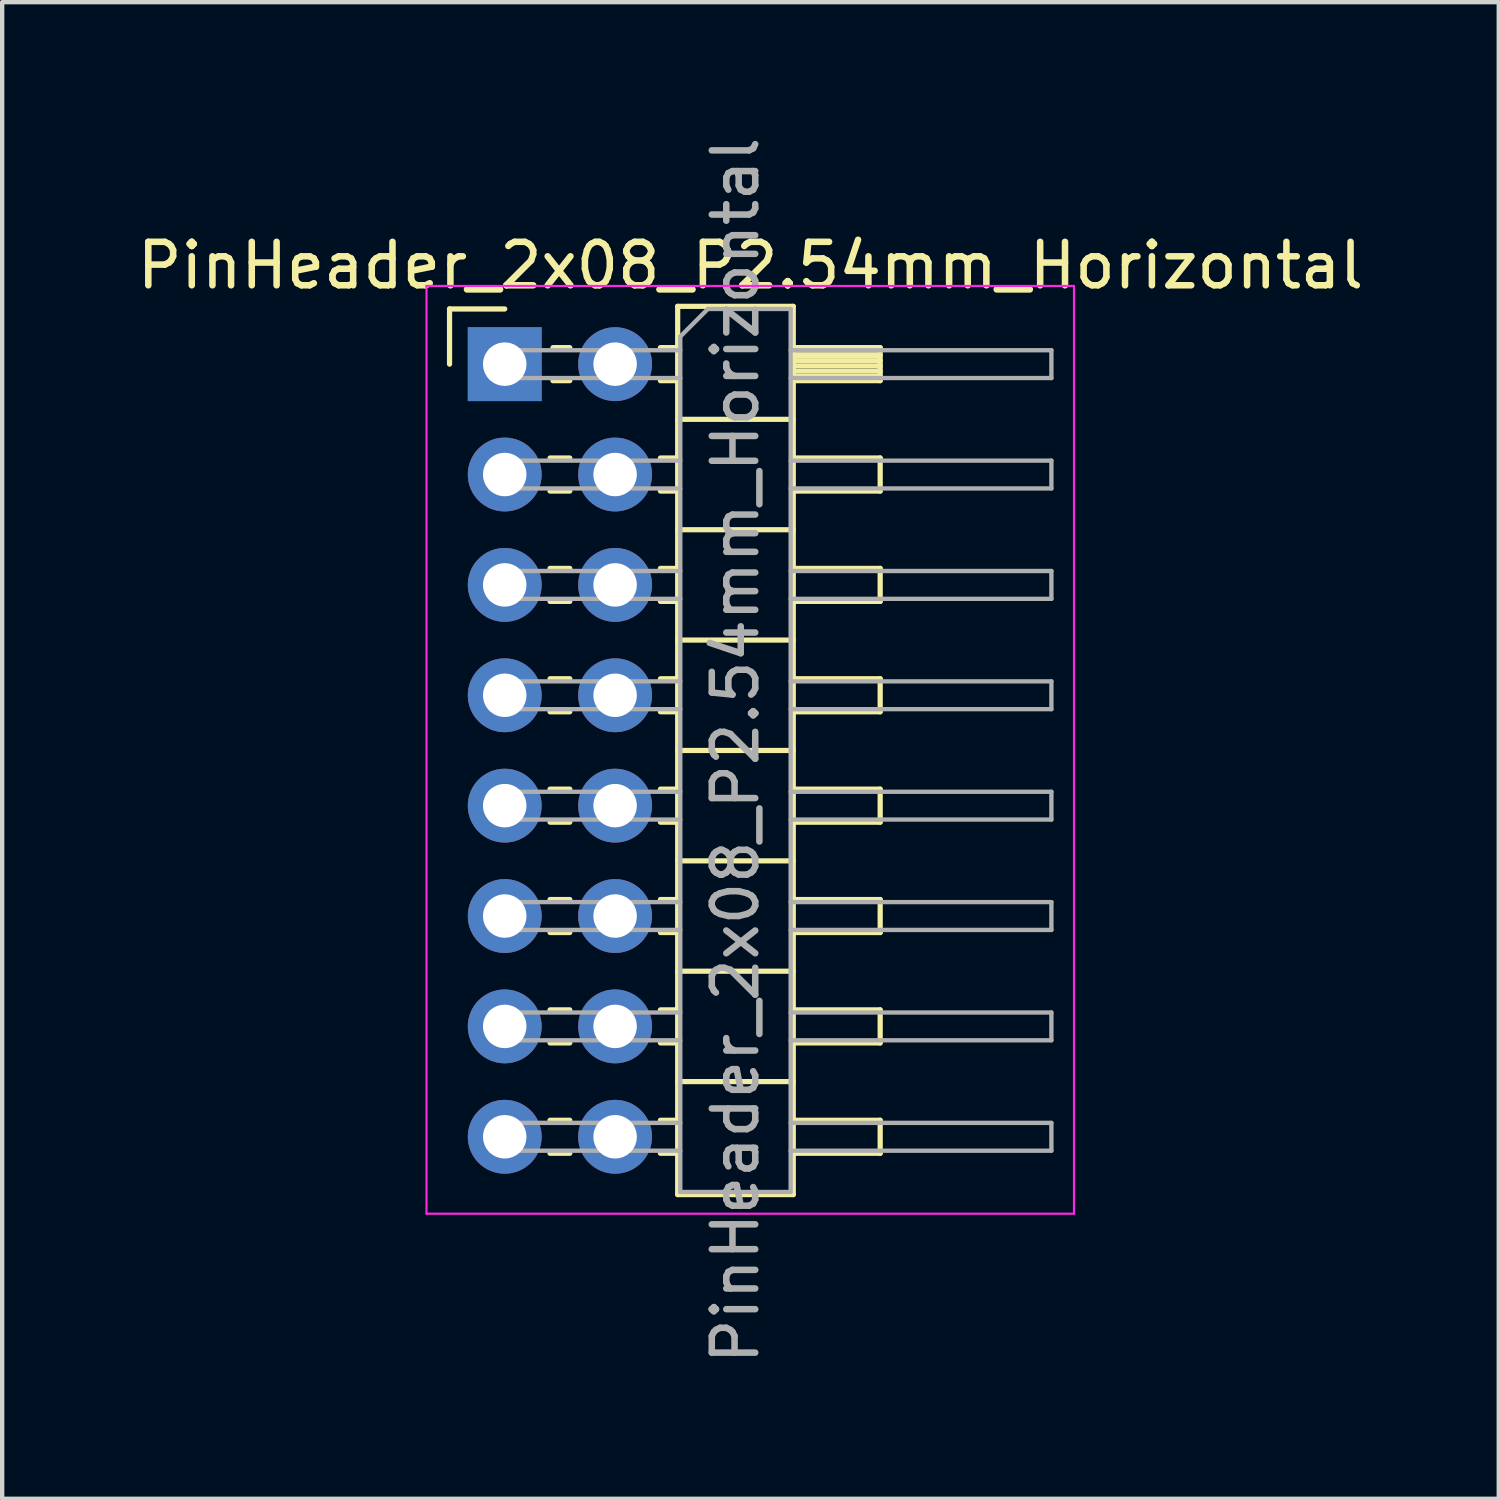
<source format=kicad_pcb>
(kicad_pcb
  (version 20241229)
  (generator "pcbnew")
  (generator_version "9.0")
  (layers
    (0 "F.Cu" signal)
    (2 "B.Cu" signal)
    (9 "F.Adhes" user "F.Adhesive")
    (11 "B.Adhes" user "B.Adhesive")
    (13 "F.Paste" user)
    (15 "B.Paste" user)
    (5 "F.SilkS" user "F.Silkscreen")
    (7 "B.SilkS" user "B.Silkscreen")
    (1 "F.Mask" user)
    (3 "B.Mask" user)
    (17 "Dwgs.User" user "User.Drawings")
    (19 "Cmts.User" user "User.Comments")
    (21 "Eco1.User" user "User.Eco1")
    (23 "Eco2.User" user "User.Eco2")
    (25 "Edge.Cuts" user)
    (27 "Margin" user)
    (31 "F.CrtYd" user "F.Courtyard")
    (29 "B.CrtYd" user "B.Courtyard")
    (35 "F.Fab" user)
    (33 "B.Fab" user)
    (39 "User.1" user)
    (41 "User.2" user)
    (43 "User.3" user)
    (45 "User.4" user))
  (footprint "PinHeader_2x08_P2.54mm_Horizontal"
    (layer "F.Cu")
    (at 8.565 5.33)
    (property "Reference" "PinHeader_2x08_P2.54mm_Horizontal" (at 5.655 -2.27 0) (layer "F.SilkS") (effects (font (size 1 1) (thickness 0.15))))
    (attr through_hole)
    (fp_line (start -1.27 -1.27) (end 0 -1.27) (stroke (width 0.12) (type solid)) (layer "F.SilkS"))
    (fp_line (start -1.27 0) (end -1.27 -1.27) (stroke (width 0.12) (type solid)) (layer "F.SilkS"))
    (fp_line (start 1.043 2.16) (end 1.497 2.16) (stroke (width 0.12) (type solid)) (layer "F.SilkS"))
    (fp_line (start 1.043 2.92) (end 1.497 2.92) (stroke (width 0.12) (type solid)) (layer "F.SilkS"))
    (fp_line (start 1.043 4.7) (end 1.497 4.7) (stroke (width 0.12) (type solid)) (layer "F.SilkS"))
    (fp_line (start 1.043 5.46) (end 1.497 5.46) (stroke (width 0.12) (type solid)) (layer "F.SilkS"))
    (fp_line (start 1.043 7.24) (end 1.497 7.24) (stroke (width 0.12) (type solid)) (layer "F.SilkS"))
    (fp_line (start 1.043 8) (end 1.497 8) (stroke (width 0.12) (type solid)) (layer "F.SilkS"))
    (fp_line (start 1.043 9.78) (end 1.497 9.78) (stroke (width 0.12) (type solid)) (layer "F.SilkS"))
    (fp_line (start 1.043 10.54) (end 1.497 10.54) (stroke (width 0.12) (type solid)) (layer "F.SilkS"))
    (fp_line (start 1.043 12.32) (end 1.497 12.32) (stroke (width 0.12) (type solid)) (layer "F.SilkS"))
    (fp_line (start 1.043 13.08) (end 1.497 13.08) (stroke (width 0.12) (type solid)) (layer "F.SilkS"))
    (fp_line (start 1.043 14.86) (end 1.497 14.86) (stroke (width 0.12) (type solid)) (layer "F.SilkS"))
    (fp_line (start 1.043 15.62) (end 1.497 15.62) (stroke (width 0.12) (type solid)) (layer "F.SilkS"))
    (fp_line (start 1.043 17.4) (end 1.497 17.4) (stroke (width 0.12) (type solid)) (layer "F.SilkS"))
    (fp_line (start 1.043 18.16) (end 1.497 18.16) (stroke (width 0.12) (type solid)) (layer "F.SilkS"))
    (fp_line (start 1.11 -0.38) (end 1.497 -0.38) (stroke (width 0.12) (type solid)) (layer "F.SilkS"))
    (fp_line (start 1.11 0.38) (end 1.497 0.38) (stroke (width 0.12) (type solid)) (layer "F.SilkS"))
    (fp_line (start 3.583 -0.38) (end 3.98 -0.38) (stroke (width 0.12) (type solid)) (layer "F.SilkS"))
    (fp_line (start 3.583 0.38) (end 3.98 0.38) (stroke (width 0.12) (type solid)) (layer "F.SilkS"))
    (fp_line (start 3.583 2.16) (end 3.98 2.16) (stroke (width 0.12) (type solid)) (layer "F.SilkS"))
    (fp_line (start 3.583 2.92) (end 3.98 2.92) (stroke (width 0.12) (type solid)) (layer "F.SilkS"))
    (fp_line (start 3.583 4.7) (end 3.98 4.7) (stroke (width 0.12) (type solid)) (layer "F.SilkS"))
    (fp_line (start 3.583 5.46) (end 3.98 5.46) (stroke (width 0.12) (type solid)) (layer "F.SilkS"))
    (fp_line (start 3.583 7.24) (end 3.98 7.24) (stroke (width 0.12) (type solid)) (layer "F.SilkS"))
    (fp_line (start 3.583 8) (end 3.98 8) (stroke (width 0.12) (type solid)) (layer "F.SilkS"))
    (fp_line (start 3.583 9.78) (end 3.98 9.78) (stroke (width 0.12) (type solid)) (layer "F.SilkS"))
    (fp_line (start 3.583 10.54) (end 3.98 10.54) (stroke (width 0.12) (type solid)) (layer "F.SilkS"))
    (fp_line (start 3.583 12.32) (end 3.98 12.32) (stroke (width 0.12) (type solid)) (layer "F.SilkS"))
    (fp_line (start 3.583 13.08) (end 3.98 13.08) (stroke (width 0.12) (type solid)) (layer "F.SilkS"))
    (fp_line (start 3.583 14.86) (end 3.98 14.86) (stroke (width 0.12) (type solid)) (layer "F.SilkS"))
    (fp_line (start 3.583 15.62) (end 3.98 15.62) (stroke (width 0.12) (type solid)) (layer "F.SilkS"))
    (fp_line (start 3.583 17.4) (end 3.98 17.4) (stroke (width 0.12) (type solid)) (layer "F.SilkS"))
    (fp_line (start 3.583 18.16) (end 3.98 18.16) (stroke (width 0.12) (type solid)) (layer "F.SilkS"))
    (fp_line (start 3.98 -1.33) (end 3.98 19.11) (stroke (width 0.12) (type solid)) (layer "F.SilkS"))
    (fp_line (start 3.98 1.27) (end 6.64 1.27) (stroke (width 0.12) (type solid)) (layer "F.SilkS"))
    (fp_line (start 3.98 3.81) (end 6.64 3.81) (stroke (width 0.12) (type solid)) (layer "F.SilkS"))
    (fp_line (start 3.98 6.35) (end 6.64 6.35) (stroke (width 0.12) (type solid)) (layer "F.SilkS"))
    (fp_line (start 3.98 8.89) (end 6.64 8.89) (stroke (width 0.12) (type solid)) (layer "F.SilkS"))
    (fp_line (start 3.98 11.43) (end 6.64 11.43) (stroke (width 0.12) (type solid)) (layer "F.SilkS"))
    (fp_line (start 3.98 13.97) (end 6.64 13.97) (stroke (width 0.12) (type solid)) (layer "F.SilkS"))
    (fp_line (start 3.98 16.51) (end 6.64 16.51) (stroke (width 0.12) (type solid)) (layer "F.SilkS"))
    (fp_line (start 3.98 19.11) (end 6.64 19.11) (stroke (width 0.12) (type solid)) (layer "F.SilkS"))
    (fp_line (start 6.64 -1.33) (end 3.98 -1.33) (stroke (width 0.12) (type solid)) (layer "F.SilkS"))
    (fp_line (start 6.64 -0.38) (end 8.64 -0.38) (stroke (width 0.12) (type solid)) (layer "F.SilkS"))
    (fp_line (start 6.64 -0.32) (end 8.64 -0.32) (stroke (width 0.12) (type solid)) (layer "F.SilkS"))
    (fp_line (start 6.64 -0.2) (end 8.64 -0.2) (stroke (width 0.12) (type solid)) (layer "F.SilkS"))
    (fp_line (start 6.64 -0.08) (end 8.64 -0.08) (stroke (width 0.12) (type solid)) (layer "F.SilkS"))
    (fp_line (start 6.64 0.04) (end 8.64 0.04) (stroke (width 0.12) (type solid)) (layer "F.SilkS"))
    (fp_line (start 6.64 0.16) (end 8.64 0.16) (stroke (width 0.12) (type solid)) (layer "F.SilkS"))
    (fp_line (start 6.64 0.28) (end 8.64 0.28) (stroke (width 0.12) (type solid)) (layer "F.SilkS"))
    (fp_line (start 6.64 2.16) (end 8.64 2.16) (stroke (width 0.12) (type solid)) (layer "F.SilkS"))
    (fp_line (start 6.64 4.7) (end 8.64 4.7) (stroke (width 0.12) (type solid)) (layer "F.SilkS"))
    (fp_line (start 6.64 7.24) (end 8.64 7.24) (stroke (width 0.12) (type solid)) (layer "F.SilkS"))
    (fp_line (start 6.64 9.78) (end 8.64 9.78) (stroke (width 0.12) (type solid)) (layer "F.SilkS"))
    (fp_line (start 6.64 12.32) (end 8.64 12.32) (stroke (width 0.12) (type solid)) (layer "F.SilkS"))
    (fp_line (start 6.64 14.86) (end 8.64 14.86) (stroke (width 0.12) (type solid)) (layer "F.SilkS"))
    (fp_line (start 6.64 17.4) (end 8.64 17.4) (stroke (width 0.12) (type solid)) (layer "F.SilkS"))
    (fp_line (start 6.64 19.11) (end 6.64 -1.33) (stroke (width 0.12) (type solid)) (layer "F.SilkS"))
    (fp_line (start 8.64 -0.38) (end 8.64 0.38) (stroke (width 0.12) (type solid)) (layer "F.SilkS"))
    (fp_line (start 8.64 0.38) (end 6.64 0.38) (stroke (width 0.12) (type solid)) (layer "F.SilkS"))
    (fp_line (start 8.64 2.16) (end 8.64 2.92) (stroke (width 0.12) (type solid)) (layer "F.SilkS"))
    (fp_line (start 8.64 2.92) (end 6.64 2.92) (stroke (width 0.12) (type solid)) (layer "F.SilkS"))
    (fp_line (start 8.64 4.7) (end 8.64 5.46) (stroke (width 0.12) (type solid)) (layer "F.SilkS"))
    (fp_line (start 8.64 5.46) (end 6.64 5.46) (stroke (width 0.12) (type solid)) (layer "F.SilkS"))
    (fp_line (start 8.64 7.24) (end 8.64 8) (stroke (width 0.12) (type solid)) (layer "F.SilkS"))
    (fp_line (start 8.64 8) (end 6.64 8) (stroke (width 0.12) (type solid)) (layer "F.SilkS"))
    (fp_line (start 8.64 9.78) (end 8.64 10.54) (stroke (width 0.12) (type solid)) (layer "F.SilkS"))
    (fp_line (start 8.64 10.54) (end 6.64 10.54) (stroke (width 0.12) (type solid)) (layer "F.SilkS"))
    (fp_line (start 8.64 12.32) (end 8.64 13.08) (stroke (width 0.12) (type solid)) (layer "F.SilkS"))
    (fp_line (start 8.64 13.08) (end 6.64 13.08) (stroke (width 0.12) (type solid)) (layer "F.SilkS"))
    (fp_line (start 8.64 14.86) (end 8.64 15.62) (stroke (width 0.12) (type solid)) (layer "F.SilkS"))
    (fp_line (start 8.64 15.62) (end 6.64 15.62) (stroke (width 0.12) (type solid)) (layer "F.SilkS"))
    (fp_line (start 8.64 17.4) (end 8.64 18.16) (stroke (width 0.12) (type solid)) (layer "F.SilkS"))
    (fp_line (start 8.64 18.16) (end 6.64 18.16) (stroke (width 0.12) (type solid)) (layer "F.SilkS"))
    (fp_line (start -1.8 -1.8) (end -1.8 19.55) (stroke (width 0.05) (type solid)) (layer "F.CrtYd"))
    (fp_line (start -1.8 19.55) (end 13.1 19.55) (stroke (width 0.05) (type solid)) (layer "F.CrtYd"))
    (fp_line (start 13.1 -1.8) (end -1.8 -1.8) (stroke (width 0.05) (type solid)) (layer "F.CrtYd"))
    (fp_line (start 13.1 19.55) (end 13.1 -1.8) (stroke (width 0.05) (type solid)) (layer "F.CrtYd"))
    (fp_line (start -0.32 -0.32) (end -0.32 0.32) (stroke (width 0.1) (type solid)) (layer "F.Fab"))
    (fp_line (start -0.32 -0.32) (end 4.04 -0.32) (stroke (width 0.1) (type solid)) (layer "F.Fab"))
    (fp_line (start -0.32 0.32) (end 4.04 0.32) (stroke (width 0.1) (type solid)) (layer "F.Fab"))
    (fp_line (start -0.32 2.22) (end -0.32 2.86) (stroke (width 0.1) (type solid)) (layer "F.Fab"))
    (fp_line (start -0.32 2.22) (end 4.04 2.22) (stroke (width 0.1) (type solid)) (layer "F.Fab"))
    (fp_line (start -0.32 2.86) (end 4.04 2.86) (stroke (width 0.1) (type solid)) (layer "F.Fab"))
    (fp_line (start -0.32 4.76) (end -0.32 5.4) (stroke (width 0.1) (type solid)) (layer "F.Fab"))
    (fp_line (start -0.32 4.76) (end 4.04 4.76) (stroke (width 0.1) (type solid)) (layer "F.Fab"))
    (fp_line (start -0.32 5.4) (end 4.04 5.4) (stroke (width 0.1) (type solid)) (layer "F.Fab"))
    (fp_line (start -0.32 7.3) (end -0.32 7.94) (stroke (width 0.1) (type solid)) (layer "F.Fab"))
    (fp_line (start -0.32 7.3) (end 4.04 7.3) (stroke (width 0.1) (type solid)) (layer "F.Fab"))
    (fp_line (start -0.32 7.94) (end 4.04 7.94) (stroke (width 0.1) (type solid)) (layer "F.Fab"))
    (fp_line (start -0.32 9.84) (end -0.32 10.48) (stroke (width 0.1) (type solid)) (layer "F.Fab"))
    (fp_line (start -0.32 9.84) (end 4.04 9.84) (stroke (width 0.1) (type solid)) (layer "F.Fab"))
    (fp_line (start -0.32 10.48) (end 4.04 10.48) (stroke (width 0.1) (type solid)) (layer "F.Fab"))
    (fp_line (start -0.32 12.38) (end -0.32 13.02) (stroke (width 0.1) (type solid)) (layer "F.Fab"))
    (fp_line (start -0.32 12.38) (end 4.04 12.38) (stroke (width 0.1) (type solid)) (layer "F.Fab"))
    (fp_line (start -0.32 13.02) (end 4.04 13.02) (stroke (width 0.1) (type solid)) (layer "F.Fab"))
    (fp_line (start -0.32 14.92) (end -0.32 15.56) (stroke (width 0.1) (type solid)) (layer "F.Fab"))
    (fp_line (start -0.32 14.92) (end 4.04 14.92) (stroke (width 0.1) (type solid)) (layer "F.Fab"))
    (fp_line (start -0.32 15.56) (end 4.04 15.56) (stroke (width 0.1) (type solid)) (layer "F.Fab"))
    (fp_line (start -0.32 17.46) (end -0.32 18.1) (stroke (width 0.1) (type solid)) (layer "F.Fab"))
    (fp_line (start -0.32 17.46) (end 4.04 17.46) (stroke (width 0.1) (type solid)) (layer "F.Fab"))
    (fp_line (start -0.32 18.1) (end 4.04 18.1) (stroke (width 0.1) (type solid)) (layer "F.Fab"))
    (fp_line (start 4.04 -0.635) (end 4.675 -1.27) (stroke (width 0.1) (type solid)) (layer "F.Fab"))
    (fp_line (start 4.04 19.05) (end 4.04 -0.635) (stroke (width 0.1) (type solid)) (layer "F.Fab"))
    (fp_line (start 4.675 -1.27) (end 6.58 -1.27) (stroke (width 0.1) (type solid)) (layer "F.Fab"))
    (fp_line (start 6.58 -1.27) (end 6.58 19.05) (stroke (width 0.1) (type solid)) (layer "F.Fab"))
    (fp_line (start 6.58 -0.32) (end 12.58 -0.32) (stroke (width 0.1) (type solid)) (layer "F.Fab"))
    (fp_line (start 6.58 0.32) (end 12.58 0.32) (stroke (width 0.1) (type solid)) (layer "F.Fab"))
    (fp_line (start 6.58 2.22) (end 12.58 2.22) (stroke (width 0.1) (type solid)) (layer "F.Fab"))
    (fp_line (start 6.58 2.86) (end 12.58 2.86) (stroke (width 0.1) (type solid)) (layer "F.Fab"))
    (fp_line (start 6.58 4.76) (end 12.58 4.76) (stroke (width 0.1) (type solid)) (layer "F.Fab"))
    (fp_line (start 6.58 5.4) (end 12.58 5.4) (stroke (width 0.1) (type solid)) (layer "F.Fab"))
    (fp_line (start 6.58 7.3) (end 12.58 7.3) (stroke (width 0.1) (type solid)) (layer "F.Fab"))
    (fp_line (start 6.58 7.94) (end 12.58 7.94) (stroke (width 0.1) (type solid)) (layer "F.Fab"))
    (fp_line (start 6.58 9.84) (end 12.58 9.84) (stroke (width 0.1) (type solid)) (layer "F.Fab"))
    (fp_line (start 6.58 10.48) (end 12.58 10.48) (stroke (width 0.1) (type solid)) (layer "F.Fab"))
    (fp_line (start 6.58 12.38) (end 12.58 12.38) (stroke (width 0.1) (type solid)) (layer "F.Fab"))
    (fp_line (start 6.58 13.02) (end 12.58 13.02) (stroke (width 0.1) (type solid)) (layer "F.Fab"))
    (fp_line (start 6.58 14.92) (end 12.58 14.92) (stroke (width 0.1) (type solid)) (layer "F.Fab"))
    (fp_line (start 6.58 15.56) (end 12.58 15.56) (stroke (width 0.1) (type solid)) (layer "F.Fab"))
    (fp_line (start 6.58 17.46) (end 12.58 17.46) (stroke (width 0.1) (type solid)) (layer "F.Fab"))
    (fp_line (start 6.58 18.1) (end 12.58 18.1) (stroke (width 0.1) (type solid)) (layer "F.Fab"))
    (fp_line (start 6.58 19.05) (end 4.04 19.05) (stroke (width 0.1) (type solid)) (layer "F.Fab"))
    (fp_line (start 12.58 -0.32) (end 12.58 0.32) (stroke (width 0.1) (type solid)) (layer "F.Fab"))
    (fp_line (start 12.58 2.22) (end 12.58 2.86) (stroke (width 0.1) (type solid)) (layer "F.Fab"))
    (fp_line (start 12.58 4.76) (end 12.58 5.4) (stroke (width 0.1) (type solid)) (layer "F.Fab"))
    (fp_line (start 12.58 7.3) (end 12.58 7.94) (stroke (width 0.1) (type solid)) (layer "F.Fab"))
    (fp_line (start 12.58 9.84) (end 12.58 10.48) (stroke (width 0.1) (type solid)) (layer "F.Fab"))
    (fp_line (start 12.58 12.38) (end 12.58 13.02) (stroke (width 0.1) (type solid)) (layer "F.Fab"))
    (fp_line (start 12.58 14.92) (end 12.58 15.56) (stroke (width 0.1) (type solid)) (layer "F.Fab"))
    (fp_line (start 12.58 17.46) (end 12.58 18.1) (stroke (width 0.1) (type solid)) (layer "F.Fab"))
    (fp_text user "${REFERENCE}" (at 5.31 8.89 90) (layer "F.Fab") (effects (font (size 1 1) (thickness 0.15))))
    (pad "1" thru_hole rect (at 0 0) (size 1.7 1.7) (drill 1) (layers "*.Cu" "*.Mask"))
    (pad "2" thru_hole oval (at 2.54 0) (size 1.7 1.7) (drill 1) (layers "*.Cu" "*.Mask"))
    (pad "3" thru_hole oval (at 0 2.54) (size 1.7 1.7) (drill 1) (layers "*.Cu" "*.Mask"))
    (pad "4" thru_hole oval (at 2.54 2.54) (size 1.7 1.7) (drill 1) (layers "*.Cu" "*.Mask"))
    (pad "5" thru_hole oval (at 0 5.08) (size 1.7 1.7) (drill 1) (layers "*.Cu" "*.Mask"))
    (pad "6" thru_hole oval (at 2.54 5.08) (size 1.7 1.7) (drill 1) (layers "*.Cu" "*.Mask"))
    (pad "7" thru_hole oval (at 0 7.62) (size 1.7 1.7) (drill 1) (layers "*.Cu" "*.Mask"))
    (pad "8" thru_hole oval (at 2.54 7.62) (size 1.7 1.7) (drill 1) (layers "*.Cu" "*.Mask"))
    (pad "9" thru_hole oval (at 0 10.16) (size 1.7 1.7) (drill 1) (layers "*.Cu" "*.Mask"))
    (pad "10" thru_hole oval (at 2.54 10.16) (size 1.7 1.7) (drill 1) (layers "*.Cu" "*.Mask"))
    (pad "11" thru_hole oval (at 0 12.7) (size 1.7 1.7) (drill 1) (layers "*.Cu" "*.Mask"))
    (pad "12" thru_hole oval (at 2.54 12.7) (size 1.7 1.7) (drill 1) (layers "*.Cu" "*.Mask"))
    (pad "13" thru_hole oval (at 0 15.24) (size 1.7 1.7) (drill 1) (layers "*.Cu" "*.Mask"))
    (pad "14" thru_hole oval (at 2.54 15.24) (size 1.7 1.7) (drill 1) (layers "*.Cu" "*.Mask"))
    (pad "15" thru_hole oval (at 0 17.78) (size 1.7 1.7) (drill 1) (layers "*.Cu" "*.Mask"))
    (pad "16" thru_hole oval (at 2.54 17.78) (size 1.7 1.7) (drill 1) (layers "*.Cu" "*.Mask")))
  (gr_rect
    (start -3 -3)
    (end 31.44 31.44)
    (stroke (width 0.1) (type default))
    (fill no)
    (layer "Edge.Cuts")))
</source>
